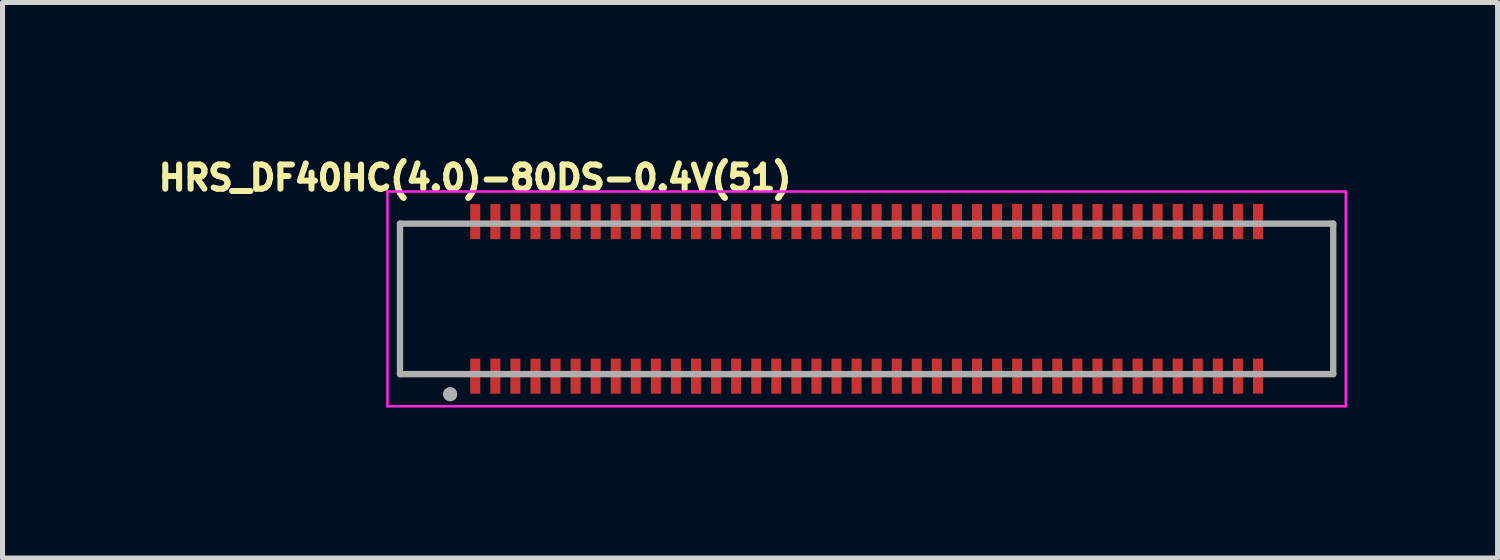
<source format=kicad_pcb>
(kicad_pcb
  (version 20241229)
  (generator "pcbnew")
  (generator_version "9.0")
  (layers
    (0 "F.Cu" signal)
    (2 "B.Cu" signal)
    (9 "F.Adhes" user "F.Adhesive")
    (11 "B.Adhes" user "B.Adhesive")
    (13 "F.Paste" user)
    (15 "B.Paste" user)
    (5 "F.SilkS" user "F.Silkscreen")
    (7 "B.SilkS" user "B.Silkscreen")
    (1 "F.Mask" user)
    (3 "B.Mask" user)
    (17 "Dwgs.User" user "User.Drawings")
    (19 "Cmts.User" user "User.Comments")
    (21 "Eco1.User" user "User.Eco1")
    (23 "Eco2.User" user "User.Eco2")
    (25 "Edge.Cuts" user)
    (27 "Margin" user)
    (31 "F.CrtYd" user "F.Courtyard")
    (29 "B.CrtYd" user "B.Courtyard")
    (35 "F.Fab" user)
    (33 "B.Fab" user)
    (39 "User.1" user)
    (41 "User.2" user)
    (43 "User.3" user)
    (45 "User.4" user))
  (footprint "HRS_DF40HC(4.0)-80DS-0.4V(51)"
    (layer "F.Cu")
    (at 14.222 2.907)
    (property "Reference" "HRS_DF40HC(4.0)-80DS-0.4V(51)" (at -7.804 -2.413 0) (layer "F.SilkS") (effects (font (size 0.482 0.482) (thickness 0.15))))
    (attr smd)
    (fp_line (start -9.55 -2.14) (end 9.55 -2.14) (stroke (width 0.05) (type solid)) (layer "F.CrtYd"))
    (fp_line (start -9.55 2.14) (end -9.55 -2.14) (stroke (width 0.05) (type solid)) (layer "F.CrtYd"))
    (fp_line (start 9.55 -2.14) (end 9.55 2.14) (stroke (width 0.05) (type solid)) (layer "F.CrtYd"))
    (fp_line (start 9.55 2.14) (end -9.55 2.14) (stroke (width 0.05) (type solid)) (layer "F.CrtYd"))
    (fp_line (start -9.3 -1.5) (end 9.3 -1.5) (stroke (width 0.127) (type solid)) (layer "F.Fab"))
    (fp_line (start -9.3 1.5) (end -9.3 -1.5) (stroke (width 0.127) (type solid)) (layer "F.Fab"))
    (fp_line (start 9.3 -1.5) (end 9.3 1.5) (stroke (width 0.127) (type solid)) (layer "F.Fab"))
    (fp_line (start 9.3 1.5) (end -9.3 1.5) (stroke (width 0.127) (type solid)) (layer "F.Fab"))
    (fp_circle (center -8.3 1.9) (end -8.23 1.9) (stroke (width 0.14) (type solid)) (fill no) (layer "F.Fab"))
    (fp_circle (center -8.3 1.9) (end -8.23 1.9) (stroke (width 0.14) (type solid)) (fill no) (layer "F.Fab"))
    (pad "1" smd rect (at -7.8 1.54) (size 0.2 0.7) (layers "F.Cu" "F.Mask" "F.Paste"))
    (pad "2" smd rect (at -7.8 -1.54 180) (size 0.2 0.7) (layers "F.Cu" "F.Mask" "F.Paste"))
    (pad "3" smd rect (at -7.4 1.54) (size 0.2 0.7) (layers "F.Cu" "F.Mask" "F.Paste"))
    (pad "4" smd rect (at -7.4 -1.54 180) (size 0.2 0.7) (layers "F.Cu" "F.Mask" "F.Paste"))
    (pad "5" smd rect (at -7 1.54) (size 0.2 0.7) (layers "F.Cu" "F.Mask" "F.Paste"))
    (pad "6" smd rect (at -7 -1.54 180) (size 0.2 0.7) (layers "F.Cu" "F.Mask" "F.Paste"))
    (pad "7" smd rect (at -6.6 1.54) (size 0.2 0.7) (layers "F.Cu" "F.Mask" "F.Paste"))
    (pad "8" smd rect (at -6.6 -1.54 180) (size 0.2 0.7) (layers "F.Cu" "F.Mask" "F.Paste"))
    (pad "9" smd rect (at -6.2 1.54) (size 0.2 0.7) (layers "F.Cu" "F.Mask" "F.Paste"))
    (pad "10" smd rect (at -6.2 -1.54 180) (size 0.2 0.7) (layers "F.Cu" "F.Mask" "F.Paste"))
    (pad "11" smd rect (at -5.8 1.54) (size 0.2 0.7) (layers "F.Cu" "F.Mask" "F.Paste"))
    (pad "12" smd rect (at -5.8 -1.54 180) (size 0.2 0.7) (layers "F.Cu" "F.Mask" "F.Paste"))
    (pad "13" smd rect (at -5.4 1.54) (size 0.2 0.7) (layers "F.Cu" "F.Mask" "F.Paste"))
    (pad "14" smd rect (at -5.4 -1.54 180) (size 0.2 0.7) (layers "F.Cu" "F.Mask" "F.Paste"))
    (pad "15" smd rect (at -5 1.54) (size 0.2 0.7) (layers "F.Cu" "F.Mask" "F.Paste"))
    (pad "16" smd rect (at -5 -1.54 180) (size 0.2 0.7) (layers "F.Cu" "F.Mask" "F.Paste"))
    (pad "17" smd rect (at -4.6 1.54) (size 0.2 0.7) (layers "F.Cu" "F.Mask" "F.Paste"))
    (pad "18" smd rect (at -4.6 -1.54 180) (size 0.2 0.7) (layers "F.Cu" "F.Mask" "F.Paste"))
    (pad "19" smd rect (at -4.2 1.54) (size 0.2 0.7) (layers "F.Cu" "F.Mask" "F.Paste"))
    (pad "20" smd rect (at -4.2 -1.54 180) (size 0.2 0.7) (layers "F.Cu" "F.Mask" "F.Paste"))
    (pad "21" smd rect (at -3.8 1.54) (size 0.2 0.7) (layers "F.Cu" "F.Mask" "F.Paste"))
    (pad "22" smd rect (at -3.8 -1.54 180) (size 0.2 0.7) (layers "F.Cu" "F.Mask" "F.Paste"))
    (pad "23" smd rect (at -3.4 1.54) (size 0.2 0.7) (layers "F.Cu" "F.Mask" "F.Paste"))
    (pad "24" smd rect (at -3.4 -1.54 180) (size 0.2 0.7) (layers "F.Cu" "F.Mask" "F.Paste"))
    (pad "25" smd rect (at -3 1.54) (size 0.2 0.7) (layers "F.Cu" "F.Mask" "F.Paste"))
    (pad "26" smd rect (at -3 -1.54 180) (size 0.2 0.7) (layers "F.Cu" "F.Mask" "F.Paste"))
    (pad "27" smd rect (at -2.6 1.54) (size 0.2 0.7) (layers "F.Cu" "F.Mask" "F.Paste"))
    (pad "28" smd rect (at -2.6 -1.54 180) (size 0.2 0.7) (layers "F.Cu" "F.Mask" "F.Paste"))
    (pad "29" smd rect (at -2.2 1.54) (size 0.2 0.7) (layers "F.Cu" "F.Mask" "F.Paste"))
    (pad "30" smd rect (at -2.2 -1.54 180) (size 0.2 0.7) (layers "F.Cu" "F.Mask" "F.Paste"))
    (pad "31" smd rect (at -1.8 1.54) (size 0.2 0.7) (layers "F.Cu" "F.Mask" "F.Paste"))
    (pad "32" smd rect (at -1.8 -1.54 180) (size 0.2 0.7) (layers "F.Cu" "F.Mask" "F.Paste"))
    (pad "33" smd rect (at -1.4 1.54) (size 0.2 0.7) (layers "F.Cu" "F.Mask" "F.Paste"))
    (pad "34" smd rect (at -1.4 -1.54 180) (size 0.2 0.7) (layers "F.Cu" "F.Mask" "F.Paste"))
    (pad "35" smd rect (at -1 1.54) (size 0.2 0.7) (layers "F.Cu" "F.Mask" "F.Paste"))
    (pad "36" smd rect (at -1 -1.54 180) (size 0.2 0.7) (layers "F.Cu" "F.Mask" "F.Paste"))
    (pad "37" smd rect (at -0.6 1.54) (size 0.2 0.7) (layers "F.Cu" "F.Mask" "F.Paste"))
    (pad "38" smd rect (at -0.6 -1.54 180) (size 0.2 0.7) (layers "F.Cu" "F.Mask" "F.Paste"))
    (pad "39" smd rect (at -0.2 1.54) (size 0.2 0.7) (layers "F.Cu" "F.Mask" "F.Paste"))
    (pad "40" smd rect (at -0.2 -1.54 180) (size 0.2 0.7) (layers "F.Cu" "F.Mask" "F.Paste"))
    (pad "41" smd rect (at 0.2 1.54) (size 0.2 0.7) (layers "F.Cu" "F.Mask" "F.Paste"))
    (pad "42" smd rect (at 0.2 -1.54 180) (size 0.2 0.7) (layers "F.Cu" "F.Mask" "F.Paste"))
    (pad "43" smd rect (at 0.6 1.54) (size 0.2 0.7) (layers "F.Cu" "F.Mask" "F.Paste"))
    (pad "44" smd rect (at 0.6 -1.54 180) (size 0.2 0.7) (layers "F.Cu" "F.Mask" "F.Paste"))
    (pad "45" smd rect (at 1 1.54) (size 0.2 0.7) (layers "F.Cu" "F.Mask" "F.Paste"))
    (pad "46" smd rect (at 1 -1.54 180) (size 0.2 0.7) (layers "F.Cu" "F.Mask" "F.Paste"))
    (pad "47" smd rect (at 1.4 1.54) (size 0.2 0.7) (layers "F.Cu" "F.Mask" "F.Paste"))
    (pad "48" smd rect (at 1.4 -1.54 180) (size 0.2 0.7) (layers "F.Cu" "F.Mask" "F.Paste"))
    (pad "49" smd rect (at 1.8 1.54) (size 0.2 0.7) (layers "F.Cu" "F.Mask" "F.Paste"))
    (pad "50" smd rect (at 1.8 -1.54 180) (size 0.2 0.7) (layers "F.Cu" "F.Mask" "F.Paste"))
    (pad "51" smd rect (at 2.2 1.54) (size 0.2 0.7) (layers "F.Cu" "F.Mask" "F.Paste"))
    (pad "52" smd rect (at 2.2 -1.54 180) (size 0.2 0.7) (layers "F.Cu" "F.Mask" "F.Paste"))
    (pad "53" smd rect (at 2.6 1.54) (size 0.2 0.7) (layers "F.Cu" "F.Mask" "F.Paste"))
    (pad "54" smd rect (at 2.6 -1.54 180) (size 0.2 0.7) (layers "F.Cu" "F.Mask" "F.Paste"))
    (pad "55" smd rect (at 3 1.54) (size 0.2 0.7) (layers "F.Cu" "F.Mask" "F.Paste"))
    (pad "56" smd rect (at 3 -1.54 180) (size 0.2 0.7) (layers "F.Cu" "F.Mask" "F.Paste"))
    (pad "57" smd rect (at 3.4 1.54) (size 0.2 0.7) (layers "F.Cu" "F.Mask" "F.Paste"))
    (pad "58" smd rect (at 3.4 -1.54 180) (size 0.2 0.7) (layers "F.Cu" "F.Mask" "F.Paste"))
    (pad "59" smd rect (at 3.8 1.54) (size 0.2 0.7) (layers "F.Cu" "F.Mask" "F.Paste"))
    (pad "60" smd rect (at 3.8 -1.54 180) (size 0.2 0.7) (layers "F.Cu" "F.Mask" "F.Paste"))
    (pad "61" smd rect (at 4.2 1.54) (size 0.2 0.7) (layers "F.Cu" "F.Mask" "F.Paste"))
    (pad "62" smd rect (at 4.2 -1.54 180) (size 0.2 0.7) (layers "F.Cu" "F.Mask" "F.Paste"))
    (pad "63" smd rect (at 4.6 1.54) (size 0.2 0.7) (layers "F.Cu" "F.Mask" "F.Paste"))
    (pad "64" smd rect (at 4.6 -1.54 180) (size 0.2 0.7) (layers "F.Cu" "F.Mask" "F.Paste"))
    (pad "65" smd rect (at 5 1.54) (size 0.2 0.7) (layers "F.Cu" "F.Mask" "F.Paste"))
    (pad "66" smd rect (at 5 -1.54 180) (size 0.2 0.7) (layers "F.Cu" "F.Mask" "F.Paste"))
    (pad "67" smd rect (at 5.4 1.54) (size 0.2 0.7) (layers "F.Cu" "F.Mask" "F.Paste"))
    (pad "68" smd rect (at 5.4 -1.54 180) (size 0.2 0.7) (layers "F.Cu" "F.Mask" "F.Paste"))
    (pad "69" smd rect (at 5.8 1.54) (size 0.2 0.7) (layers "F.Cu" "F.Mask" "F.Paste"))
    (pad "70" smd rect (at 5.8 -1.54 180) (size 0.2 0.7) (layers "F.Cu" "F.Mask" "F.Paste"))
    (pad "71" smd rect (at 6.2 1.54) (size 0.2 0.7) (layers "F.Cu" "F.Mask" "F.Paste"))
    (pad "72" smd rect (at 6.2 -1.54 180) (size 0.2 0.7) (layers "F.Cu" "F.Mask" "F.Paste"))
    (pad "73" smd rect (at 6.6 1.54) (size 0.2 0.7) (layers "F.Cu" "F.Mask" "F.Paste"))
    (pad "74" smd rect (at 6.6 -1.54 180) (size 0.2 0.7) (layers "F.Cu" "F.Mask" "F.Paste"))
    (pad "75" smd rect (at 7 1.54) (size 0.2 0.7) (layers "F.Cu" "F.Mask" "F.Paste"))
    (pad "76" smd rect (at 7 -1.54 180) (size 0.2 0.7) (layers "F.Cu" "F.Mask" "F.Paste"))
    (pad "77" smd rect (at 7.4 1.54) (size 0.2 0.7) (layers "F.Cu" "F.Mask" "F.Paste"))
    (pad "78" smd rect (at 7.4 -1.54 180) (size 0.2 0.7) (layers "F.Cu" "F.Mask" "F.Paste"))
    (pad "79" smd rect (at 7.8 1.54) (size 0.2 0.7) (layers "F.Cu" "F.Mask" "F.Paste"))
    (pad "80" smd rect (at 7.8 -1.54 180) (size 0.2 0.7) (layers "F.Cu" "F.Mask" "F.Paste"))
    (zone (net_name "") (layer "F.Cu") (hatch full 0.508) (connect_pads) (min_thickness 0) (filled_areas_thickness no) (keepout (tracks not_allowed) (vias not_allowed) (pads not_allowed) (copperpour not_allowed) (footprints allowed)) (placement (enabled no)) (fill) (polygon (pts (xy 6.322 1.717) (xy 6.522 1.717) (xy 6.522 2.447) (xy 6.322 2.447))))
    (zone (net_name "") (layer "F.Cu") (hatch full 0.508) (connect_pads) (min_thickness 0) (filled_areas_thickness no) (keepout (tracks not_allowed) (vias not_allowed) (pads not_allowed) (copperpour not_allowed) (footprints allowed)) (placement (enabled no)) (fill) (polygon (pts (xy 6.522 4.097) (xy 6.322 4.097) (xy 6.322 3.367) (xy 6.522 3.367))))
    (zone (net_name "") (layer "F.Cu") (hatch full 0.508) (connect_pads) (min_thickness 0) (filled_areas_thickness no) (keepout (tracks not_allowed) (vias not_allowed) (pads not_allowed) (copperpour not_allowed) (footprints allowed)) (placement (enabled no)) (fill) (polygon (pts (xy 6.722 1.717) (xy 6.922 1.717) (xy 6.922 2.447) (xy 6.722 2.447))))
    (zone (net_name "") (layer "F.Cu") (hatch full 0.508) (connect_pads) (min_thickness 0) (filled_areas_thickness no) (keepout (tracks not_allowed) (vias not_allowed) (pads not_allowed) (copperpour not_allowed) (footprints allowed)) (placement (enabled no)) (fill) (polygon (pts (xy 6.922 4.097) (xy 6.722 4.097) (xy 6.722 3.367) (xy 6.922 3.367))))
    (zone (net_name "") (layer "F.Cu") (hatch full 0.508) (connect_pads) (min_thickness 0) (filled_areas_thickness no) (keepout (tracks not_allowed) (vias not_allowed) (pads not_allowed) (copperpour not_allowed) (footprints allowed)) (placement (enabled no)) (fill) (polygon (pts (xy 7.122 1.717) (xy 7.322 1.717) (xy 7.322 2.447) (xy 7.122 2.447))))
    (zone (net_name "") (layer "F.Cu") (hatch full 0.508) (connect_pads) (min_thickness 0) (filled_areas_thickness no) (keepout (tracks not_allowed) (vias not_allowed) (pads not_allowed) (copperpour not_allowed) (footprints allowed)) (placement (enabled no)) (fill) (polygon (pts (xy 7.322 4.097) (xy 7.122 4.097) (xy 7.122 3.367) (xy 7.322 3.367))))
    (zone (net_name "") (layer "F.Cu") (hatch full 0.508) (connect_pads) (min_thickness 0) (filled_areas_thickness no) (keepout (tracks not_allowed) (vias not_allowed) (pads not_allowed) (copperpour not_allowed) (footprints allowed)) (placement (enabled no)) (fill) (polygon (pts (xy 7.522 1.717) (xy 7.722 1.717) (xy 7.722 2.447) (xy 7.522 2.447))))
    (zone (net_name "") (layer "F.Cu") (hatch full 0.508) (connect_pads) (min_thickness 0) (filled_areas_thickness no) (keepout (tracks not_allowed) (vias not_allowed) (pads not_allowed) (copperpour not_allowed) (footprints allowed)) (placement (enabled no)) (fill) (polygon (pts (xy 7.722 4.097) (xy 7.522 4.097) (xy 7.522 3.367) (xy 7.722 3.367))))
    (zone (net_name "") (layer "F.Cu") (hatch full 0.508) (connect_pads) (min_thickness 0) (filled_areas_thickness no) (keepout (tracks not_allowed) (vias not_allowed) (pads not_allowed) (copperpour not_allowed) (footprints allowed)) (placement (enabled no)) (fill) (polygon (pts (xy 7.922 1.717) (xy 8.122 1.717) (xy 8.122 2.447) (xy 7.922 2.447))))
    (zone (net_name "") (layer "F.Cu") (hatch full 0.508) (connect_pads) (min_thickness 0) (filled_areas_thickness no) (keepout (tracks not_allowed) (vias not_allowed) (pads not_allowed) (copperpour not_allowed) (footprints allowed)) (placement (enabled no)) (fill) (polygon (pts (xy 8.122 4.097) (xy 7.922 4.097) (xy 7.922 3.367) (xy 8.122 3.367))))
    (zone (net_name "") (layer "F.Cu") (hatch full 0.508) (connect_pads) (min_thickness 0) (filled_areas_thickness no) (keepout (tracks not_allowed) (vias not_allowed) (pads not_allowed) (copperpour not_allowed) (footprints allowed)) (placement (enabled no)) (fill) (polygon (pts (xy 8.322 1.717) (xy 8.522 1.717) (xy 8.522 2.447) (xy 8.322 2.447))))
    (zone (net_name "") (layer "F.Cu") (hatch full 0.508) (connect_pads) (min_thickness 0) (filled_areas_thickness no) (keepout (tracks not_allowed) (vias not_allowed) (pads not_allowed) (copperpour not_allowed) (footprints allowed)) (placement (enabled no)) (fill) (polygon (pts (xy 8.522 4.097) (xy 8.322 4.097) (xy 8.322 3.367) (xy 8.522 3.367))))
    (zone (net_name "") (layer "F.Cu") (hatch full 0.508) (connect_pads) (min_thickness 0) (filled_areas_thickness no) (keepout (tracks not_allowed) (vias not_allowed) (pads not_allowed) (copperpour not_allowed) (footprints allowed)) (placement (enabled no)) (fill) (polygon (pts (xy 8.722 1.717) (xy 8.922 1.717) (xy 8.922 2.447) (xy 8.722 2.447))))
    (zone (net_name "") (layer "F.Cu") (hatch full 0.508) (connect_pads) (min_thickness 0) (filled_areas_thickness no) (keepout (tracks not_allowed) (vias not_allowed) (pads not_allowed) (copperpour not_allowed) (footprints allowed)) (placement (enabled no)) (fill) (polygon (pts (xy 8.922 4.097) (xy 8.722 4.097) (xy 8.722 3.367) (xy 8.922 3.367))))
    (zone (net_name "") (layer "F.Cu") (hatch full 0.508) (connect_pads) (min_thickness 0) (filled_areas_thickness no) (keepout (tracks not_allowed) (vias not_allowed) (pads not_allowed) (copperpour not_allowed) (footprints allowed)) (placement (enabled no)) (fill) (polygon (pts (xy 9.122 1.717) (xy 9.322 1.717) (xy 9.322 2.447) (xy 9.122 2.447))))
    (zone (net_name "") (layer "F.Cu") (hatch full 0.508) (connect_pads) (min_thickness 0) (filled_areas_thickness no) (keepout (tracks not_allowed) (vias not_allowed) (pads not_allowed) (copperpour not_allowed) (footprints allowed)) (placement (enabled no)) (fill) (polygon (pts (xy 9.322 4.097) (xy 9.122 4.097) (xy 9.122 3.367) (xy 9.322 3.367))))
    (zone (net_name "") (layer "F.Cu") (hatch full 0.508) (connect_pads) (min_thickness 0) (filled_areas_thickness no) (keepout (tracks not_allowed) (vias not_allowed) (pads not_allowed) (copperpour not_allowed) (footprints allowed)) (placement (enabled no)) (fill) (polygon (pts (xy 9.522 1.717) (xy 9.722 1.717) (xy 9.722 2.447) (xy 9.522 2.447))))
    (zone (net_name "") (layer "F.Cu") (hatch full 0.508) (connect_pads) (min_thickness 0) (filled_areas_thickness no) (keepout (tracks not_allowed) (vias not_allowed) (pads not_allowed) (copperpour not_allowed) (footprints allowed)) (placement (enabled no)) (fill) (polygon (pts (xy 9.722 4.097) (xy 9.522 4.097) (xy 9.522 3.367) (xy 9.722 3.367))))
    (zone (net_name "") (layer "F.Cu") (hatch full 0.508) (connect_pads) (min_thickness 0) (filled_areas_thickness no) (keepout (tracks not_allowed) (vias not_allowed) (pads not_allowed) (copperpour not_allowed) (footprints allowed)) (placement (enabled no)) (fill) (polygon (pts (xy 9.922 1.717) (xy 10.122 1.717) (xy 10.122 2.447) (xy 9.922 2.447))))
    (zone (net_name "") (layer "F.Cu") (hatch full 0.508) (connect_pads) (min_thickness 0) (filled_areas_thickness no) (keepout (tracks not_allowed) (vias not_allowed) (pads not_allowed) (copperpour not_allowed) (footprints allowed)) (placement (enabled no)) (fill) (polygon (pts (xy 10.122 4.097) (xy 9.922 4.097) (xy 9.922 3.367) (xy 10.122 3.367))))
    (zone (net_name "") (layer "F.Cu") (hatch full 0.508) (connect_pads) (min_thickness 0) (filled_areas_thickness no) (keepout (tracks not_allowed) (vias not_allowed) (pads not_allowed) (copperpour not_allowed) (footprints allowed)) (placement (enabled no)) (fill) (polygon (pts (xy 10.322 1.717) (xy 10.522 1.717) (xy 10.522 2.447) (xy 10.322 2.447))))
    (zone (net_name "") (layer "F.Cu") (hatch full 0.508) (connect_pads) (min_thickness 0) (filled_areas_thickness no) (keepout (tracks not_allowed) (vias not_allowed) (pads not_allowed) (copperpour not_allowed) (footprints allowed)) (placement (enabled no)) (fill) (polygon (pts (xy 10.522 4.097) (xy 10.322 4.097) (xy 10.322 3.367) (xy 10.522 3.367))))
    (zone (net_name "") (layer "F.Cu") (hatch full 0.508) (connect_pads) (min_thickness 0) (filled_areas_thickness no) (keepout (tracks not_allowed) (vias not_allowed) (pads not_allowed) (copperpour not_allowed) (footprints allowed)) (placement (enabled no)) (fill) (polygon (pts (xy 10.722 1.717) (xy 10.922 1.717) (xy 10.922 2.447) (xy 10.722 2.447))))
    (zone (net_name "") (layer "F.Cu") (hatch full 0.508) (connect_pads) (min_thickness 0) (filled_areas_thickness no) (keepout (tracks not_allowed) (vias not_allowed) (pads not_allowed) (copperpour not_allowed) (footprints allowed)) (placement (enabled no)) (fill) (polygon (pts (xy 10.922 4.097) (xy 10.722 4.097) (xy 10.722 3.367) (xy 10.922 3.367))))
    (zone (net_name "") (layer "F.Cu") (hatch full 0.508) (connect_pads) (min_thickness 0) (filled_areas_thickness no) (keepout (tracks not_allowed) (vias not_allowed) (pads not_allowed) (copperpour not_allowed) (footprints allowed)) (placement (enabled no)) (fill) (polygon (pts (xy 11.122 1.717) (xy 11.322 1.717) (xy 11.322 2.447) (xy 11.122 2.447))))
    (zone (net_name "") (layer "F.Cu") (hatch full 0.508) (connect_pads) (min_thickness 0) (filled_areas_thickness no) (keepout (tracks not_allowed) (vias not_allowed) (pads not_allowed) (copperpour not_allowed) (footprints allowed)) (placement (enabled no)) (fill) (polygon (pts (xy 11.322 4.097) (xy 11.122 4.097) (xy 11.122 3.367) (xy 11.322 3.367))))
    (zone (net_name "") (layer "F.Cu") (hatch full 0.508) (connect_pads) (min_thickness 0) (filled_areas_thickness no) (keepout (tracks not_allowed) (vias not_allowed) (pads not_allowed) (copperpour not_allowed) (footprints allowed)) (placement (enabled no)) (fill) (polygon (pts (xy 11.522 1.717) (xy 11.722 1.717) (xy 11.722 2.447) (xy 11.522 2.447))))
    (zone (net_name "") (layer "F.Cu") (hatch full 0.508) (connect_pads) (min_thickness 0) (filled_areas_thickness no) (keepout (tracks not_allowed) (vias not_allowed) (pads not_allowed) (copperpour not_allowed) (footprints allowed)) (placement (enabled no)) (fill) (polygon (pts (xy 11.722 4.097) (xy 11.522 4.097) (xy 11.522 3.367) (xy 11.722 3.367))))
    (zone (net_name "") (layer "F.Cu") (hatch full 0.508) (connect_pads) (min_thickness 0) (filled_areas_thickness no) (keepout (tracks not_allowed) (vias not_allowed) (pads not_allowed) (copperpour not_allowed) (footprints allowed)) (placement (enabled no)) (fill) (polygon (pts (xy 11.922 1.717) (xy 12.122 1.717) (xy 12.122 2.447) (xy 11.922 2.447))))
    (zone (net_name "") (layer "F.Cu") (hatch full 0.508) (connect_pads) (min_thickness 0) (filled_areas_thickness no) (keepout (tracks not_allowed) (vias not_allowed) (pads not_allowed) (copperpour not_allowed) (footprints allowed)) (placement (enabled no)) (fill) (polygon (pts (xy 12.122 4.097) (xy 11.922 4.097) (xy 11.922 3.367) (xy 12.122 3.367))))
    (zone (net_name "") (layer "F.Cu") (hatch full 0.508) (connect_pads) (min_thickness 0) (filled_areas_thickness no) (keepout (tracks not_allowed) (vias not_allowed) (pads not_allowed) (copperpour not_allowed) (footprints allowed)) (placement (enabled no)) (fill) (polygon (pts (xy 12.322 1.717) (xy 12.522 1.717) (xy 12.522 2.447) (xy 12.322 2.447))))
    (zone (net_name "") (layer "F.Cu") (hatch full 0.508) (connect_pads) (min_thickness 0) (filled_areas_thickness no) (keepout (tracks not_allowed) (vias not_allowed) (pads not_allowed) (copperpour not_allowed) (footprints allowed)) (placement (enabled no)) (fill) (polygon (pts (xy 12.522 4.097) (xy 12.322 4.097) (xy 12.322 3.367) (xy 12.522 3.367))))
    (zone (net_name "") (layer "F.Cu") (hatch full 0.508) (connect_pads) (min_thickness 0) (filled_areas_thickness no) (keepout (tracks not_allowed) (vias not_allowed) (pads not_allowed) (copperpour not_allowed) (footprints allowed)) (placement (enabled no)) (fill) (polygon (pts (xy 12.722 1.717) (xy 12.922 1.717) (xy 12.922 2.447) (xy 12.722 2.447))))
    (zone (net_name "") (layer "F.Cu") (hatch full 0.508) (connect_pads) (min_thickness 0) (filled_areas_thickness no) (keepout (tracks not_allowed) (vias not_allowed) (pads not_allowed) (copperpour not_allowed) (footprints allowed)) (placement (enabled no)) (fill) (polygon (pts (xy 12.922 4.097) (xy 12.722 4.097) (xy 12.722 3.367) (xy 12.922 3.367))))
    (zone (net_name "") (layer "F.Cu") (hatch full 0.508) (connect_pads) (min_thickness 0) (filled_areas_thickness no) (keepout (tracks not_allowed) (vias not_allowed) (pads not_allowed) (copperpour not_allowed) (footprints allowed)) (placement (enabled no)) (fill) (polygon (pts (xy 13.122 1.717) (xy 13.322 1.717) (xy 13.322 2.447) (xy 13.122 2.447))))
    (zone (net_name "") (layer "F.Cu") (hatch full 0.508) (connect_pads) (min_thickness 0) (filled_areas_thickness no) (keepout (tracks not_allowed) (vias not_allowed) (pads not_allowed) (copperpour not_allowed) (footprints allowed)) (placement (enabled no)) (fill) (polygon (pts (xy 13.322 4.097) (xy 13.122 4.097) (xy 13.122 3.367) (xy 13.322 3.367))))
    (zone (net_name "") (layer "F.Cu") (hatch full 0.508) (connect_pads) (min_thickness 0) (filled_areas_thickness no) (keepout (tracks not_allowed) (vias not_allowed) (pads not_allowed) (copperpour not_allowed) (footprints allowed)) (placement (enabled no)) (fill) (polygon (pts (xy 13.522 1.717) (xy 13.722 1.717) (xy 13.722 2.447) (xy 13.522 2.447))))
    (zone (net_name "") (layer "F.Cu") (hatch full 0.508) (connect_pads) (min_thickness 0) (filled_areas_thickness no) (keepout (tracks not_allowed) (vias not_allowed) (pads not_allowed) (copperpour not_allowed) (footprints allowed)) (placement (enabled no)) (fill) (polygon (pts (xy 13.722 4.097) (xy 13.522 4.097) (xy 13.522 3.367) (xy 13.722 3.367))))
    (zone (net_name "") (layer "F.Cu") (hatch full 0.508) (connect_pads) (min_thickness 0) (filled_areas_thickness no) (keepout (tracks not_allowed) (vias not_allowed) (pads not_allowed) (copperpour not_allowed) (footprints allowed)) (placement (enabled no)) (fill) (polygon (pts (xy 13.922 1.717) (xy 14.122 1.717) (xy 14.122 2.447) (xy 13.922 2.447))))
    (zone (net_name "") (layer "F.Cu") (hatch full 0.508) (connect_pads) (min_thickness 0) (filled_areas_thickness no) (keepout (tracks not_allowed) (vias not_allowed) (pads not_allowed) (copperpour not_allowed) (footprints allowed)) (placement (enabled no)) (fill) (polygon (pts (xy 14.122 4.097) (xy 13.922 4.097) (xy 13.922 3.367) (xy 14.122 3.367))))
    (zone (net_name "") (layer "F.Cu") (hatch full 0.508) (connect_pads) (min_thickness 0) (filled_areas_thickness no) (keepout (tracks not_allowed) (vias not_allowed) (pads not_allowed) (copperpour not_allowed) (footprints allowed)) (placement (enabled no)) (fill) (polygon (pts (xy 14.322 1.717) (xy 14.522 1.717) (xy 14.522 2.447) (xy 14.322 2.447))))
    (zone (net_name "") (layer "F.Cu") (hatch full 0.508) (connect_pads) (min_thickness 0) (filled_areas_thickness no) (keepout (tracks not_allowed) (vias not_allowed) (pads not_allowed) (copperpour not_allowed) (footprints allowed)) (placement (enabled no)) (fill) (polygon (pts (xy 14.522 4.097) (xy 14.322 4.097) (xy 14.322 3.367) (xy 14.522 3.367))))
    (zone (net_name "") (layer "F.Cu") (hatch full 0.508) (connect_pads) (min_thickness 0) (filled_areas_thickness no) (keepout (tracks not_allowed) (vias not_allowed) (pads not_allowed) (copperpour not_allowed) (footprints allowed)) (placement (enabled no)) (fill) (polygon (pts (xy 14.722 1.717) (xy 14.922 1.717) (xy 14.922 2.447) (xy 14.722 2.447))))
    (zone (net_name "") (layer "F.Cu") (hatch full 0.508) (connect_pads) (min_thickness 0) (filled_areas_thickness no) (keepout (tracks not_allowed) (vias not_allowed) (pads not_allowed) (copperpour not_allowed) (footprints allowed)) (placement (enabled no)) (fill) (polygon (pts (xy 14.922 4.097) (xy 14.722 4.097) (xy 14.722 3.367) (xy 14.922 3.367))))
    (zone (net_name "") (layer "F.Cu") (hatch full 0.508) (connect_pads) (min_thickness 0) (filled_areas_thickness no) (keepout (tracks not_allowed) (vias not_allowed) (pads not_allowed) (copperpour not_allowed) (footprints allowed)) (placement (enabled no)) (fill) (polygon (pts (xy 15.122 1.717) (xy 15.322 1.717) (xy 15.322 2.447) (xy 15.122 2.447))))
    (zone (net_name "") (layer "F.Cu") (hatch full 0.508) (connect_pads) (min_thickness 0) (filled_areas_thickness no) (keepout (tracks not_allowed) (vias not_allowed) (pads not_allowed) (copperpour not_allowed) (footprints allowed)) (placement (enabled no)) (fill) (polygon (pts (xy 15.322 4.097) (xy 15.122 4.097) (xy 15.122 3.367) (xy 15.322 3.367))))
    (zone (net_name "") (layer "F.Cu") (hatch full 0.508) (connect_pads) (min_thickness 0) (filled_areas_thickness no) (keepout (tracks not_allowed) (vias not_allowed) (pads not_allowed) (copperpour not_allowed) (footprints allowed)) (placement (enabled no)) (fill) (polygon (pts (xy 15.522 1.717) (xy 15.722 1.717) (xy 15.722 2.447) (xy 15.522 2.447))))
    (zone (net_name "") (layer "F.Cu") (hatch full 0.508) (connect_pads) (min_thickness 0) (filled_areas_thickness no) (keepout (tracks not_allowed) (vias not_allowed) (pads not_allowed) (copperpour not_allowed) (footprints allowed)) (placement (enabled no)) (fill) (polygon (pts (xy 15.722 4.097) (xy 15.522 4.097) (xy 15.522 3.367) (xy 15.722 3.367))))
    (zone (net_name "") (layer "F.Cu") (hatch full 0.508) (connect_pads) (min_thickness 0) (filled_areas_thickness no) (keepout (tracks not_allowed) (vias not_allowed) (pads not_allowed) (copperpour not_allowed) (footprints allowed)) (placement (enabled no)) (fill) (polygon (pts (xy 15.922 1.717) (xy 16.122 1.717) (xy 16.122 2.447) (xy 15.922 2.447))))
    (zone (net_name "") (layer "F.Cu") (hatch full 0.508) (connect_pads) (min_thickness 0) (filled_areas_thickness no) (keepout (tracks not_allowed) (vias not_allowed) (pads not_allowed) (copperpour not_allowed) (footprints allowed)) (placement (enabled no)) (fill) (polygon (pts (xy 16.122 4.097) (xy 15.922 4.097) (xy 15.922 3.367) (xy 16.122 3.367))))
    (zone (net_name "") (layer "F.Cu") (hatch full 0.508) (connect_pads) (min_thickness 0) (filled_areas_thickness no) (keepout (tracks not_allowed) (vias not_allowed) (pads not_allowed) (copperpour not_allowed) (footprints allowed)) (placement (enabled no)) (fill) (polygon (pts (xy 16.322 1.717) (xy 16.522 1.717) (xy 16.522 2.447) (xy 16.322 2.447))))
    (zone (net_name "") (layer "F.Cu") (hatch full 0.508) (connect_pads) (min_thickness 0) (filled_areas_thickness no) (keepout (tracks not_allowed) (vias not_allowed) (pads not_allowed) (copperpour not_allowed) (footprints allowed)) (placement (enabled no)) (fill) (polygon (pts (xy 16.522 4.097) (xy 16.322 4.097) (xy 16.322 3.367) (xy 16.522 3.367))))
    (zone (net_name "") (layer "F.Cu") (hatch full 0.508) (connect_pads) (min_thickness 0) (filled_areas_thickness no) (keepout (tracks not_allowed) (vias not_allowed) (pads not_allowed) (copperpour not_allowed) (footprints allowed)) (placement (enabled no)) (fill) (polygon (pts (xy 16.722 1.717) (xy 16.922 1.717) (xy 16.922 2.447) (xy 16.722 2.447))))
    (zone (net_name "") (layer "F.Cu") (hatch full 0.508) (connect_pads) (min_thickness 0) (filled_areas_thickness no) (keepout (tracks not_allowed) (vias not_allowed) (pads not_allowed) (copperpour not_allowed) (footprints allowed)) (placement (enabled no)) (fill) (polygon (pts (xy 16.922 4.097) (xy 16.722 4.097) (xy 16.722 3.367) (xy 16.922 3.367))))
    (zone (net_name "") (layer "F.Cu") (hatch full 0.508) (connect_pads) (min_thickness 0) (filled_areas_thickness no) (keepout (tracks not_allowed) (vias not_allowed) (pads not_allowed) (copperpour not_allowed) (footprints allowed)) (placement (enabled no)) (fill) (polygon (pts (xy 17.122 1.717) (xy 17.322 1.717) (xy 17.322 2.447) (xy 17.122 2.447))))
    (zone (net_name "") (layer "F.Cu") (hatch full 0.508) (connect_pads) (min_thickness 0) (filled_areas_thickness no) (keepout (tracks not_allowed) (vias not_allowed) (pads not_allowed) (copperpour not_allowed) (footprints allowed)) (placement (enabled no)) (fill) (polygon (pts (xy 17.322 4.097) (xy 17.122 4.097) (xy 17.122 3.367) (xy 17.322 3.367))))
    (zone (net_name "") (layer "F.Cu") (hatch full 0.508) (connect_pads) (min_thickness 0) (filled_areas_thickness no) (keepout (tracks not_allowed) (vias not_allowed) (pads not_allowed) (copperpour not_allowed) (footprints allowed)) (placement (enabled no)) (fill) (polygon (pts (xy 17.522 1.717) (xy 17.722 1.717) (xy 17.722 2.447) (xy 17.522 2.447))))
    (zone (net_name "") (layer "F.Cu") (hatch full 0.508) (connect_pads) (min_thickness 0) (filled_areas_thickness no) (keepout (tracks not_allowed) (vias not_allowed) (pads not_allowed) (copperpour not_allowed) (footprints allowed)) (placement (enabled no)) (fill) (polygon (pts (xy 17.722 4.097) (xy 17.522 4.097) (xy 17.522 3.367) (xy 17.722 3.367))))
    (zone (net_name "") (layer "F.Cu") (hatch full 0.508) (connect_pads) (min_thickness 0) (filled_areas_thickness no) (keepout (tracks not_allowed) (vias not_allowed) (pads not_allowed) (copperpour not_allowed) (footprints allowed)) (placement (enabled no)) (fill) (polygon (pts (xy 17.922 1.717) (xy 18.122 1.717) (xy 18.122 2.447) (xy 17.922 2.447))))
    (zone (net_name "") (layer "F.Cu") (hatch full 0.508) (connect_pads) (min_thickness 0) (filled_areas_thickness no) (keepout (tracks not_allowed) (vias not_allowed) (pads not_allowed) (copperpour not_allowed) (footprints allowed)) (placement (enabled no)) (fill) (polygon (pts (xy 18.122 4.097) (xy 17.922 4.097) (xy 17.922 3.367) (xy 18.122 3.367))))
    (zone (net_name "") (layer "F.Cu") (hatch full 0.508) (connect_pads) (min_thickness 0) (filled_areas_thickness no) (keepout (tracks not_allowed) (vias not_allowed) (pads not_allowed) (copperpour not_allowed) (footprints allowed)) (placement (enabled no)) (fill) (polygon (pts (xy 18.322 1.717) (xy 18.522 1.717) (xy 18.522 2.447) (xy 18.322 2.447))))
    (zone (net_name "") (layer "F.Cu") (hatch full 0.508) (connect_pads) (min_thickness 0) (filled_areas_thickness no) (keepout (tracks not_allowed) (vias not_allowed) (pads not_allowed) (copperpour not_allowed) (footprints allowed)) (placement (enabled no)) (fill) (polygon (pts (xy 18.522 4.097) (xy 18.322 4.097) (xy 18.322 3.367) (xy 18.522 3.367))))
    (zone (net_name "") (layer "F.Cu") (hatch full 0.508) (connect_pads) (min_thickness 0) (filled_areas_thickness no) (keepout (tracks not_allowed) (vias not_allowed) (pads not_allowed) (copperpour not_allowed) (footprints allowed)) (placement (enabled no)) (fill) (polygon (pts (xy 18.722 1.717) (xy 18.922 1.717) (xy 18.922 2.447) (xy 18.722 2.447))))
    (zone (net_name "") (layer "F.Cu") (hatch full 0.508) (connect_pads) (min_thickness 0) (filled_areas_thickness no) (keepout (tracks not_allowed) (vias not_allowed) (pads not_allowed) (copperpour not_allowed) (footprints allowed)) (placement (enabled no)) (fill) (polygon (pts (xy 18.922 4.097) (xy 18.722 4.097) (xy 18.722 3.367) (xy 18.922 3.367))))
    (zone (net_name "") (layer "F.Cu") (hatch full 0.508) (connect_pads) (min_thickness 0) (filled_areas_thickness no) (keepout (tracks not_allowed) (vias not_allowed) (pads not_allowed) (copperpour not_allowed) (footprints allowed)) (placement (enabled no)) (fill) (polygon (pts (xy 19.122 1.717) (xy 19.322 1.717) (xy 19.322 2.447) (xy 19.122 2.447))))
    (zone (net_name "") (layer "F.Cu") (hatch full 0.508) (connect_pads) (min_thickness 0) (filled_areas_thickness no) (keepout (tracks not_allowed) (vias not_allowed) (pads not_allowed) (copperpour not_allowed) (footprints allowed)) (placement (enabled no)) (fill) (polygon (pts (xy 19.322 4.097) (xy 19.122 4.097) (xy 19.122 3.367) (xy 19.322 3.367))))
    (zone (net_name "") (layer "F.Cu") (hatch full 0.508) (connect_pads) (min_thickness 0) (filled_areas_thickness no) (keepout (tracks not_allowed) (vias not_allowed) (pads not_allowed) (copperpour not_allowed) (footprints allowed)) (placement (enabled no)) (fill) (polygon (pts (xy 19.522 1.717) (xy 19.722 1.717) (xy 19.722 2.447) (xy 19.522 2.447))))
    (zone (net_name "") (layer "F.Cu") (hatch full 0.508) (connect_pads) (min_thickness 0) (filled_areas_thickness no) (keepout (tracks not_allowed) (vias not_allowed) (pads not_allowed) (copperpour not_allowed) (footprints allowed)) (placement (enabled no)) (fill) (polygon (pts (xy 19.722 4.097) (xy 19.522 4.097) (xy 19.522 3.367) (xy 19.722 3.367))))
    (zone (net_name "") (layer "F.Cu") (hatch full 0.508) (connect_pads) (min_thickness 0) (filled_areas_thickness no) (keepout (tracks not_allowed) (vias not_allowed) (pads not_allowed) (copperpour not_allowed) (footprints allowed)) (placement (enabled no)) (fill) (polygon (pts (xy 19.922 1.717) (xy 20.122 1.717) (xy 20.122 2.447) (xy 19.922 2.447))))
    (zone (net_name "") (layer "F.Cu") (hatch full 0.508) (connect_pads) (min_thickness 0) (filled_areas_thickness no) (keepout (tracks not_allowed) (vias not_allowed) (pads not_allowed) (copperpour not_allowed) (footprints allowed)) (placement (enabled no)) (fill) (polygon (pts (xy 20.122 4.097) (xy 19.922 4.097) (xy 19.922 3.367) (xy 20.122 3.367))))
    (zone (net_name "") (layer "F.Cu") (hatch full 0.508) (connect_pads) (min_thickness 0) (filled_areas_thickness no) (keepout (tracks not_allowed) (vias not_allowed) (pads not_allowed) (copperpour not_allowed) (footprints allowed)) (placement (enabled no)) (fill) (polygon (pts (xy 20.322 1.717) (xy 20.522 1.717) (xy 20.522 2.447) (xy 20.322 2.447))))
    (zone (net_name "") (layer "F.Cu") (hatch full 0.508) (connect_pads) (min_thickness 0) (filled_areas_thickness no) (keepout (tracks not_allowed) (vias not_allowed) (pads not_allowed) (copperpour not_allowed) (footprints allowed)) (placement (enabled no)) (fill) (polygon (pts (xy 20.522 4.097) (xy 20.322 4.097) (xy 20.322 3.367) (xy 20.522 3.367))))
    (zone (net_name "") (layer "F.Cu") (hatch full 0.508) (connect_pads) (min_thickness 0) (filled_areas_thickness no) (keepout (tracks not_allowed) (vias not_allowed) (pads not_allowed) (copperpour not_allowed) (footprints allowed)) (placement (enabled no)) (fill) (polygon (pts (xy 20.722 1.717) (xy 20.922 1.717) (xy 20.922 2.447) (xy 20.722 2.447))))
    (zone (net_name "") (layer "F.Cu") (hatch full 0.508) (connect_pads) (min_thickness 0) (filled_areas_thickness no) (keepout (tracks not_allowed) (vias not_allowed) (pads not_allowed) (copperpour not_allowed) (footprints allowed)) (placement (enabled no)) (fill) (polygon (pts (xy 20.922 4.097) (xy 20.722 4.097) (xy 20.722 3.367) (xy 20.922 3.367))))
    (zone (net_name "") (layer "F.Cu") (hatch full 0.508) (connect_pads) (min_thickness 0) (filled_areas_thickness no) (keepout (tracks not_allowed) (vias not_allowed) (pads not_allowed) (copperpour not_allowed) (footprints allowed)) (placement (enabled no)) (fill) (polygon (pts (xy 21.122 1.717) (xy 21.322 1.717) (xy 21.322 2.447) (xy 21.122 2.447))))
    (zone (net_name "") (layer "F.Cu") (hatch full 0.508) (connect_pads) (min_thickness 0) (filled_areas_thickness no) (keepout (tracks not_allowed) (vias not_allowed) (pads not_allowed) (copperpour not_allowed) (footprints allowed)) (placement (enabled no)) (fill) (polygon (pts (xy 21.322 4.097) (xy 21.122 4.097) (xy 21.122 3.367) (xy 21.322 3.367))))
    (zone (net_name "") (layer "F.Cu") (hatch full 0.508) (connect_pads) (min_thickness 0) (filled_areas_thickness no) (keepout (tracks not_allowed) (vias not_allowed) (pads not_allowed) (copperpour not_allowed) (footprints allowed)) (placement (enabled no)) (fill) (polygon (pts (xy 21.522 1.717) (xy 21.722 1.717) (xy 21.722 2.447) (xy 21.522 2.447))))
    (zone (net_name "") (layer "F.Cu") (hatch full 0.508) (connect_pads) (min_thickness 0) (filled_areas_thickness no) (keepout (tracks not_allowed) (vias not_allowed) (pads not_allowed) (copperpour not_allowed) (footprints allowed)) (placement (enabled no)) (fill) (polygon (pts (xy 21.722 4.097) (xy 21.522 4.097) (xy 21.522 3.367) (xy 21.722 3.367))))
    (zone (net_name "") (layer "F.Cu") (hatch full 0.508) (connect_pads) (min_thickness 0) (filled_areas_thickness no) (keepout (tracks not_allowed) (vias not_allowed) (pads not_allowed) (copperpour not_allowed) (footprints allowed)) (placement (enabled no)) (fill) (polygon (pts (xy 21.922 1.717) (xy 22.122 1.717) (xy 22.122 2.447) (xy 21.922 2.447))))
    (zone (net_name "") (layer "F.Cu") (hatch full 0.508) (connect_pads) (min_thickness 0) (filled_areas_thickness no) (keepout (tracks not_allowed) (vias not_allowed) (pads not_allowed) (copperpour not_allowed) (footprints allowed)) (placement (enabled no)) (fill) (polygon (pts (xy 22.122 4.097) (xy 21.922 4.097) (xy 21.922 3.367) (xy 22.122 3.367))))
    (zone (net_name "") (layers "F.Cu" "B.Cu") (hatch full 0.508) (connect_pads) (min_thickness 0) (filled_areas_thickness no) (keepout (tracks allowed) (vias not_allowed) (pads allowed) (copperpour allowed) (footprints allowed)) (placement (enabled no)) (fill) (polygon (pts (xy 6.322 1.717) (xy 6.522 1.717) (xy 6.522 2.447) (xy 6.322 2.447))))
    (zone (net_name "") (layers "F.Cu" "B.Cu") (hatch full 0.508) (connect_pads) (min_thickness 0) (filled_areas_thickness no) (keepout (tracks allowed) (vias not_allowed) (pads allowed) (copperpour allowed) (footprints allowed)) (placement (enabled no)) (fill) (polygon (pts (xy 6.522 4.097) (xy 6.322 4.097) (xy 6.322 3.367) (xy 6.522 3.367))))
    (zone (net_name "") (layers "F.Cu" "B.Cu") (hatch full 0.508) (connect_pads) (min_thickness 0) (filled_areas_thickness no) (keepout (tracks allowed) (vias not_allowed) (pads allowed) (copperpour allowed) (footprints allowed)) (placement (enabled no)) (fill) (polygon (pts (xy 6.722 1.717) (xy 6.922 1.717) (xy 6.922 2.447) (xy 6.722 2.447))))
    (zone (net_name "") (layers "F.Cu" "B.Cu") (hatch full 0.508) (connect_pads) (min_thickness 0) (filled_areas_thickness no) (keepout (tracks allowed) (vias not_allowed) (pads allowed) (copperpour allowed) (footprints allowed)) (placement (enabled no)) (fill) (polygon (pts (xy 6.922 4.097) (xy 6.722 4.097) (xy 6.722 3.367) (xy 6.922 3.367))))
    (zone (net_name "") (layers "F.Cu" "B.Cu") (hatch full 0.508) (connect_pads) (min_thickness 0) (filled_areas_thickness no) (keepout (tracks allowed) (vias not_allowed) (pads allowed) (copperpour allowed) (footprints allowed)) (placement (enabled no)) (fill) (polygon (pts (xy 7.122 1.717) (xy 7.322 1.717) (xy 7.322 2.447) (xy 7.122 2.447))))
    (zone (net_name "") (layers "F.Cu" "B.Cu") (hatch full 0.508) (connect_pads) (min_thickness 0) (filled_areas_thickness no) (keepout (tracks allowed) (vias not_allowed) (pads allowed) (copperpour allowed) (footprints allowed)) (placement (enabled no)) (fill) (polygon (pts (xy 7.322 4.097) (xy 7.122 4.097) (xy 7.122 3.367) (xy 7.322 3.367))))
    (zone (net_name "") (layers "F.Cu" "B.Cu") (hatch full 0.508) (connect_pads) (min_thickness 0) (filled_areas_thickness no) (keepout (tracks allowed) (vias not_allowed) (pads allowed) (copperpour allowed) (footprints allowed)) (placement (enabled no)) (fill) (polygon (pts (xy 7.522 1.717) (xy 7.722 1.717) (xy 7.722 2.447) (xy 7.522 2.447))))
    (zone (net_name "") (layers "F.Cu" "B.Cu") (hatch full 0.508) (connect_pads) (min_thickness 0) (filled_areas_thickness no) (keepout (tracks allowed) (vias not_allowed) (pads allowed) (copperpour allowed) (footprints allowed)) (placement (enabled no)) (fill) (polygon (pts (xy 7.722 4.097) (xy 7.522 4.097) (xy 7.522 3.367) (xy 7.722 3.367))))
    (zone (net_name "") (layers "F.Cu" "B.Cu") (hatch full 0.508) (connect_pads) (min_thickness 0) (filled_areas_thickness no) (keepout (tracks allowed) (vias not_allowed) (pads allowed) (copperpour allowed) (footprints allowed)) (placement (enabled no)) (fill) (polygon (pts (xy 7.922 1.717) (xy 8.122 1.717) (xy 8.122 2.447) (xy 7.922 2.447))))
    (zone (net_name "") (layers "F.Cu" "B.Cu") (hatch full 0.508) (connect_pads) (min_thickness 0) (filled_areas_thickness no) (keepout (tracks allowed) (vias not_allowed) (pads allowed) (copperpour allowed) (footprints allowed)) (placement (enabled no)) (fill) (polygon (pts (xy 8.122 4.097) (xy 7.922 4.097) (xy 7.922 3.367) (xy 8.122 3.367))))
    (zone (net_name "") (layers "F.Cu" "B.Cu") (hatch full 0.508) (connect_pads) (min_thickness 0) (filled_areas_thickness no) (keepout (tracks allowed) (vias not_allowed) (pads allowed) (copperpour allowed) (footprints allowed)) (placement (enabled no)) (fill) (polygon (pts (xy 8.322 1.717) (xy 8.522 1.717) (xy 8.522 2.447) (xy 8.322 2.447))))
    (zone (net_name "") (layers "F.Cu" "B.Cu") (hatch full 0.508) (connect_pads) (min_thickness 0) (filled_areas_thickness no) (keepout (tracks allowed) (vias not_allowed) (pads allowed) (copperpour allowed) (footprints allowed)) (placement (enabled no)) (fill) (polygon (pts (xy 8.522 4.097) (xy 8.322 4.097) (xy 8.322 3.367) (xy 8.522 3.367))))
    (zone (net_name "") (layers "F.Cu" "B.Cu") (hatch full 0.508) (connect_pads) (min_thickness 0) (filled_areas_thickness no) (keepout (tracks allowed) (vias not_allowed) (pads allowed) (copperpour allowed) (footprints allowed)) (placement (enabled no)) (fill) (polygon (pts (xy 8.722 1.717) (xy 8.922 1.717) (xy 8.922 2.447) (xy 8.722 2.447))))
    (zone (net_name "") (layers "F.Cu" "B.Cu") (hatch full 0.508) (connect_pads) (min_thickness 0) (filled_areas_thickness no) (keepout (tracks allowed) (vias not_allowed) (pads allowed) (copperpour allowed) (footprints allowed)) (placement (enabled no)) (fill) (polygon (pts (xy 8.922 4.097) (xy 8.722 4.097) (xy 8.722 3.367) (xy 8.922 3.367))))
    (zone (net_name "") (layers "F.Cu" "B.Cu") (hatch full 0.508) (connect_pads) (min_thickness 0) (filled_areas_thickness no) (keepout (tracks allowed) (vias not_allowed) (pads allowed) (copperpour allowed) (footprints allowed)) (placement (enabled no)) (fill) (polygon (pts (xy 9.122 1.717) (xy 9.322 1.717) (xy 9.322 2.447) (xy 9.122 2.447))))
    (zone (net_name "") (layers "F.Cu" "B.Cu") (hatch full 0.508) (connect_pads) (min_thickness 0) (filled_areas_thickness no) (keepout (tracks allowed) (vias not_allowed) (pads allowed) (copperpour allowed) (footprints allowed)) (placement (enabled no)) (fill) (polygon (pts (xy 9.322 4.097) (xy 9.122 4.097) (xy 9.122 3.367) (xy 9.322 3.367))))
    (zone (net_name "") (layers "F.Cu" "B.Cu") (hatch full 0.508) (connect_pads) (min_thickness 0) (filled_areas_thickness no) (keepout (tracks allowed) (vias not_allowed) (pads allowed) (copperpour allowed) (footprints allowed)) (placement (enabled no)) (fill) (polygon (pts (xy 9.522 1.717) (xy 9.722 1.717) (xy 9.722 2.447) (xy 9.522 2.447))))
    (zone (net_name "") (layers "F.Cu" "B.Cu") (hatch full 0.508) (connect_pads) (min_thickness 0) (filled_areas_thickness no) (keepout (tracks allowed) (vias not_allowed) (pads allowed) (copperpour allowed) (footprints allowed)) (placement (enabled no)) (fill) (polygon (pts (xy 9.722 4.097) (xy 9.522 4.097) (xy 9.522 3.367) (xy 9.722 3.367))))
    (zone (net_name "") (layers "F.Cu" "B.Cu") (hatch full 0.508) (connect_pads) (min_thickness 0) (filled_areas_thickness no) (keepout (tracks allowed) (vias not_allowed) (pads allowed) (copperpour allowed) (footprints allowed)) (placement (enabled no)) (fill) (polygon (pts (xy 9.922 1.717) (xy 10.122 1.717) (xy 10.122 2.447) (xy 9.922 2.447))))
    (zone (net_name "") (layers "F.Cu" "B.Cu") (hatch full 0.508) (connect_pads) (min_thickness 0) (filled_areas_thickness no) (keepout (tracks allowed) (vias not_allowed) (pads allowed) (copperpour allowed) (footprints allowed)) (placement (enabled no)) (fill) (polygon (pts (xy 10.122 4.097) (xy 9.922 4.097) (xy 9.922 3.367) (xy 10.122 3.367))))
    (zone (net_name "") (layers "F.Cu" "B.Cu") (hatch full 0.508) (connect_pads) (min_thickness 0) (filled_areas_thickness no) (keepout (tracks allowed) (vias not_allowed) (pads allowed) (copperpour allowed) (footprints allowed)) (placement (enabled no)) (fill) (polygon (pts (xy 10.322 1.717) (xy 10.522 1.717) (xy 10.522 2.447) (xy 10.322 2.447))))
    (zone (net_name "") (layers "F.Cu" "B.Cu") (hatch full 0.508) (connect_pads) (min_thickness 0) (filled_areas_thickness no) (keepout (tracks allowed) (vias not_allowed) (pads allowed) (copperpour allowed) (footprints allowed)) (placement (enabled no)) (fill) (polygon (pts (xy 10.522 4.097) (xy 10.322 4.097) (xy 10.322 3.367) (xy 10.522 3.367))))
    (zone (net_name "") (layers "F.Cu" "B.Cu") (hatch full 0.508) (connect_pads) (min_thickness 0) (filled_areas_thickness no) (keepout (tracks allowed) (vias not_allowed) (pads allowed) (copperpour allowed) (footprints allowed)) (placement (enabled no)) (fill) (polygon (pts (xy 10.722 1.717) (xy 10.922 1.717) (xy 10.922 2.447) (xy 10.722 2.447))))
    (zone (net_name "") (layers "F.Cu" "B.Cu") (hatch full 0.508) (connect_pads) (min_thickness 0) (filled_areas_thickness no) (keepout (tracks allowed) (vias not_allowed) (pads allowed) (copperpour allowed) (footprints allowed)) (placement (enabled no)) (fill) (polygon (pts (xy 10.922 4.097) (xy 10.722 4.097) (xy 10.722 3.367) (xy 10.922 3.367))))
    (zone (net_name "") (layers "F.Cu" "B.Cu") (hatch full 0.508) (connect_pads) (min_thickness 0) (filled_areas_thickness no) (keepout (tracks allowed) (vias not_allowed) (pads allowed) (copperpour allowed) (footprints allowed)) (placement (enabled no)) (fill) (polygon (pts (xy 11.122 1.717) (xy 11.322 1.717) (xy 11.322 2.447) (xy 11.122 2.447))))
    (zone (net_name "") (layers "F.Cu" "B.Cu") (hatch full 0.508) (connect_pads) (min_thickness 0) (filled_areas_thickness no) (keepout (tracks allowed) (vias not_allowed) (pads allowed) (copperpour allowed) (footprints allowed)) (placement (enabled no)) (fill) (polygon (pts (xy 11.322 4.097) (xy 11.122 4.097) (xy 11.122 3.367) (xy 11.322 3.367))))
    (zone (net_name "") (layers "F.Cu" "B.Cu") (hatch full 0.508) (connect_pads) (min_thickness 0) (filled_areas_thickness no) (keepout (tracks allowed) (vias not_allowed) (pads allowed) (copperpour allowed) (footprints allowed)) (placement (enabled no)) (fill) (polygon (pts (xy 11.522 1.717) (xy 11.722 1.717) (xy 11.722 2.447) (xy 11.522 2.447))))
    (zone (net_name "") (layers "F.Cu" "B.Cu") (hatch full 0.508) (connect_pads) (min_thickness 0) (filled_areas_thickness no) (keepout (tracks allowed) (vias not_allowed) (pads allowed) (copperpour allowed) (footprints allowed)) (placement (enabled no)) (fill) (polygon (pts (xy 11.722 4.097) (xy 11.522 4.097) (xy 11.522 3.367) (xy 11.722 3.367))))
    (zone (net_name "") (layers "F.Cu" "B.Cu") (hatch full 0.508) (connect_pads) (min_thickness 0) (filled_areas_thickness no) (keepout (tracks allowed) (vias not_allowed) (pads allowed) (copperpour allowed) (footprints allowed)) (placement (enabled no)) (fill) (polygon (pts (xy 11.922 1.717) (xy 12.122 1.717) (xy 12.122 2.447) (xy 11.922 2.447))))
    (zone (net_name "") (layers "F.Cu" "B.Cu") (hatch full 0.508) (connect_pads) (min_thickness 0) (filled_areas_thickness no) (keepout (tracks allowed) (vias not_allowed) (pads allowed) (copperpour allowed) (footprints allowed)) (placement (enabled no)) (fill) (polygon (pts (xy 12.122 4.097) (xy 11.922 4.097) (xy 11.922 3.367) (xy 12.122 3.367))))
    (zone (net_name "") (layers "F.Cu" "B.Cu") (hatch full 0.508) (connect_pads) (min_thickness 0) (filled_areas_thickness no) (keepout (tracks allowed) (vias not_allowed) (pads allowed) (copperpour allowed) (footprints allowed)) (placement (enabled no)) (fill) (polygon (pts (xy 12.322 1.717) (xy 12.522 1.717) (xy 12.522 2.447) (xy 12.322 2.447))))
    (zone (net_name "") (layers "F.Cu" "B.Cu") (hatch full 0.508) (connect_pads) (min_thickness 0) (filled_areas_thickness no) (keepout (tracks allowed) (vias not_allowed) (pads allowed) (copperpour allowed) (footprints allowed)) (placement (enabled no)) (fill) (polygon (pts (xy 12.522 4.097) (xy 12.322 4.097) (xy 12.322 3.367) (xy 12.522 3.367))))
    (zone (net_name "") (layers "F.Cu" "B.Cu") (hatch full 0.508) (connect_pads) (min_thickness 0) (filled_areas_thickness no) (keepout (tracks allowed) (vias not_allowed) (pads allowed) (copperpour allowed) (footprints allowed)) (placement (enabled no)) (fill) (polygon (pts (xy 12.722 1.717) (xy 12.922 1.717) (xy 12.922 2.447) (xy 12.722 2.447))))
    (zone (net_name "") (layers "F.Cu" "B.Cu") (hatch full 0.508) (connect_pads) (min_thickness 0) (filled_areas_thickness no) (keepout (tracks allowed) (vias not_allowed) (pads allowed) (copperpour allowed) (footprints allowed)) (placement (enabled no)) (fill) (polygon (pts (xy 12.922 4.097) (xy 12.722 4.097) (xy 12.722 3.367) (xy 12.922 3.367))))
    (zone (net_name "") (layers "F.Cu" "B.Cu") (hatch full 0.508) (connect_pads) (min_thickness 0) (filled_areas_thickness no) (keepout (tracks allowed) (vias not_allowed) (pads allowed) (copperpour allowed) (footprints allowed)) (placement (enabled no)) (fill) (polygon (pts (xy 13.122 1.717) (xy 13.322 1.717) (xy 13.322 2.447) (xy 13.122 2.447))))
    (zone (net_name "") (layers "F.Cu" "B.Cu") (hatch full 0.508) (connect_pads) (min_thickness 0) (filled_areas_thickness no) (keepout (tracks allowed) (vias not_allowed) (pads allowed) (copperpour allowed) (footprints allowed)) (placement (enabled no)) (fill) (polygon (pts (xy 13.322 4.097) (xy 13.122 4.097) (xy 13.122 3.367) (xy 13.322 3.367))))
    (zone (net_name "") (layers "F.Cu" "B.Cu") (hatch full 0.508) (connect_pads) (min_thickness 0) (filled_areas_thickness no) (keepout (tracks allowed) (vias not_allowed) (pads allowed) (copperpour allowed) (footprints allowed)) (placement (enabled no)) (fill) (polygon (pts (xy 13.522 1.717) (xy 13.722 1.717) (xy 13.722 2.447) (xy 13.522 2.447))))
    (zone (net_name "") (layers "F.Cu" "B.Cu") (hatch full 0.508) (connect_pads) (min_thickness 0) (filled_areas_thickness no) (keepout (tracks allowed) (vias not_allowed) (pads allowed) (copperpour allowed) (footprints allowed)) (placement (enabled no)) (fill) (polygon (pts (xy 13.722 4.097) (xy 13.522 4.097) (xy 13.522 3.367) (xy 13.722 3.367))))
    (zone (net_name "") (layers "F.Cu" "B.Cu") (hatch full 0.508) (connect_pads) (min_thickness 0) (filled_areas_thickness no) (keepout (tracks allowed) (vias not_allowed) (pads allowed) (copperpour allowed) (footprints allowed)) (placement (enabled no)) (fill) (polygon (pts (xy 13.922 1.717) (xy 14.122 1.717) (xy 14.122 2.447) (xy 13.922 2.447))))
    (zone (net_name "") (layers "F.Cu" "B.Cu") (hatch full 0.508) (connect_pads) (min_thickness 0) (filled_areas_thickness no) (keepout (tracks allowed) (vias not_allowed) (pads allowed) (copperpour allowed) (footprints allowed)) (placement (enabled no)) (fill) (polygon (pts (xy 14.122 4.097) (xy 13.922 4.097) (xy 13.922 3.367) (xy 14.122 3.367))))
    (zone (net_name "") (layers "F.Cu" "B.Cu") (hatch full 0.508) (connect_pads) (min_thickness 0) (filled_areas_thickness no) (keepout (tracks allowed) (vias not_allowed) (pads allowed) (copperpour allowed) (footprints allowed)) (placement (enabled no)) (fill) (polygon (pts (xy 14.322 1.717) (xy 14.522 1.717) (xy 14.522 2.447) (xy 14.322 2.447))))
    (zone (net_name "") (layers "F.Cu" "B.Cu") (hatch full 0.508) (connect_pads) (min_thickness 0) (filled_areas_thickness no) (keepout (tracks allowed) (vias not_allowed) (pads allowed) (copperpour allowed) (footprints allowed)) (placement (enabled no)) (fill) (polygon (pts (xy 14.522 4.097) (xy 14.322 4.097) (xy 14.322 3.367) (xy 14.522 3.367))))
    (zone (net_name "") (layers "F.Cu" "B.Cu") (hatch full 0.508) (connect_pads) (min_thickness 0) (filled_areas_thickness no) (keepout (tracks allowed) (vias not_allowed) (pads allowed) (copperpour allowed) (footprints allowed)) (placement (enabled no)) (fill) (polygon (pts (xy 14.722 1.717) (xy 14.922 1.717) (xy 14.922 2.447) (xy 14.722 2.447))))
    (zone (net_name "") (layers "F.Cu" "B.Cu") (hatch full 0.508) (connect_pads) (min_thickness 0) (filled_areas_thickness no) (keepout (tracks allowed) (vias not_allowed) (pads allowed) (copperpour allowed) (footprints allowed)) (placement (enabled no)) (fill) (polygon (pts (xy 14.922 4.097) (xy 14.722 4.097) (xy 14.722 3.367) (xy 14.922 3.367))))
    (zone (net_name "") (layers "F.Cu" "B.Cu") (hatch full 0.508) (connect_pads) (min_thickness 0) (filled_areas_thickness no) (keepout (tracks allowed) (vias not_allowed) (pads allowed) (copperpour allowed) (footprints allowed)) (placement (enabled no)) (fill) (polygon (pts (xy 15.122 1.717) (xy 15.322 1.717) (xy 15.322 2.447) (xy 15.122 2.447))))
    (zone (net_name "") (layers "F.Cu" "B.Cu") (hatch full 0.508) (connect_pads) (min_thickness 0) (filled_areas_thickness no) (keepout (tracks allowed) (vias not_allowed) (pads allowed) (copperpour allowed) (footprints allowed)) (placement (enabled no)) (fill) (polygon (pts (xy 15.322 4.097) (xy 15.122 4.097) (xy 15.122 3.367) (xy 15.322 3.367))))
    (zone (net_name "") (layers "F.Cu" "B.Cu") (hatch full 0.508) (connect_pads) (min_thickness 0) (filled_areas_thickness no) (keepout (tracks allowed) (vias not_allowed) (pads allowed) (copperpour allowed) (footprints allowed)) (placement (enabled no)) (fill) (polygon (pts (xy 15.522 1.717) (xy 15.722 1.717) (xy 15.722 2.447) (xy 15.522 2.447))))
    (zone (net_name "") (layers "F.Cu" "B.Cu") (hatch full 0.508) (connect_pads) (min_thickness 0) (filled_areas_thickness no) (keepout (tracks allowed) (vias not_allowed) (pads allowed) (copperpour allowed) (footprints allowed)) (placement (enabled no)) (fill) (polygon (pts (xy 15.722 4.097) (xy 15.522 4.097) (xy 15.522 3.367) (xy 15.722 3.367))))
    (zone (net_name "") (layers "F.Cu" "B.Cu") (hatch full 0.508) (connect_pads) (min_thickness 0) (filled_areas_thickness no) (keepout (tracks allowed) (vias not_allowed) (pads allowed) (copperpour allowed) (footprints allowed)) (placement (enabled no)) (fill) (polygon (pts (xy 15.922 1.717) (xy 16.122 1.717) (xy 16.122 2.447) (xy 15.922 2.447))))
    (zone (net_name "") (layers "F.Cu" "B.Cu") (hatch full 0.508) (connect_pads) (min_thickness 0) (filled_areas_thickness no) (keepout (tracks allowed) (vias not_allowed) (pads allowed) (copperpour allowed) (footprints allowed)) (placement (enabled no)) (fill) (polygon (pts (xy 16.122 4.097) (xy 15.922 4.097) (xy 15.922 3.367) (xy 16.122 3.367))))
    (zone (net_name "") (layers "F.Cu" "B.Cu") (hatch full 0.508) (connect_pads) (min_thickness 0) (filled_areas_thickness no) (keepout (tracks allowed) (vias not_allowed) (pads allowed) (copperpour allowed) (footprints allowed)) (placement (enabled no)) (fill) (polygon (pts (xy 16.322 1.717) (xy 16.522 1.717) (xy 16.522 2.447) (xy 16.322 2.447))))
    (zone (net_name "") (layers "F.Cu" "B.Cu") (hatch full 0.508) (connect_pads) (min_thickness 0) (filled_areas_thickness no) (keepout (tracks allowed) (vias not_allowed) (pads allowed) (copperpour allowed) (footprints allowed)) (placement (enabled no)) (fill) (polygon (pts (xy 16.522 4.097) (xy 16.322 4.097) (xy 16.322 3.367) (xy 16.522 3.367))))
    (zone (net_name "") (layers "F.Cu" "B.Cu") (hatch full 0.508) (connect_pads) (min_thickness 0) (filled_areas_thickness no) (keepout (tracks allowed) (vias not_allowed) (pads allowed) (copperpour allowed) (footprints allowed)) (placement (enabled no)) (fill) (polygon (pts (xy 16.722 1.717) (xy 16.922 1.717) (xy 16.922 2.447) (xy 16.722 2.447))))
    (zone (net_name "") (layers "F.Cu" "B.Cu") (hatch full 0.508) (connect_pads) (min_thickness 0) (filled_areas_thickness no) (keepout (tracks allowed) (vias not_allowed) (pads allowed) (copperpour allowed) (footprints allowed)) (placement (enabled no)) (fill) (polygon (pts (xy 16.922 4.097) (xy 16.722 4.097) (xy 16.722 3.367) (xy 16.922 3.367))))
    (zone (net_name "") (layers "F.Cu" "B.Cu") (hatch full 0.508) (connect_pads) (min_thickness 0) (filled_areas_thickness no) (keepout (tracks allowed) (vias not_allowed) (pads allowed) (copperpour allowed) (footprints allowed)) (placement (enabled no)) (fill) (polygon (pts (xy 17.122 1.717) (xy 17.322 1.717) (xy 17.322 2.447) (xy 17.122 2.447))))
    (zone (net_name "") (layers "F.Cu" "B.Cu") (hatch full 0.508) (connect_pads) (min_thickness 0) (filled_areas_thickness no) (keepout (tracks allowed) (vias not_allowed) (pads allowed) (copperpour allowed) (footprints allowed)) (placement (enabled no)) (fill) (polygon (pts (xy 17.322 4.097) (xy 17.122 4.097) (xy 17.122 3.367) (xy 17.322 3.367))))
    (zone (net_name "") (layers "F.Cu" "B.Cu") (hatch full 0.508) (connect_pads) (min_thickness 0) (filled_areas_thickness no) (keepout (tracks allowed) (vias not_allowed) (pads allowed) (copperpour allowed) (footprints allowed)) (placement (enabled no)) (fill) (polygon (pts (xy 17.522 1.717) (xy 17.722 1.717) (xy 17.722 2.447) (xy 17.522 2.447))))
    (zone (net_name "") (layers "F.Cu" "B.Cu") (hatch full 0.508) (connect_pads) (min_thickness 0) (filled_areas_thickness no) (keepout (tracks allowed) (vias not_allowed) (pads allowed) (copperpour allowed) (footprints allowed)) (placement (enabled no)) (fill) (polygon (pts (xy 17.722 4.097) (xy 17.522 4.097) (xy 17.522 3.367) (xy 17.722 3.367))))
    (zone (net_name "") (layers "F.Cu" "B.Cu") (hatch full 0.508) (connect_pads) (min_thickness 0) (filled_areas_thickness no) (keepout (tracks allowed) (vias not_allowed) (pads allowed) (copperpour allowed) (footprints allowed)) (placement (enabled no)) (fill) (polygon (pts (xy 17.922 1.717) (xy 18.122 1.717) (xy 18.122 2.447) (xy 17.922 2.447))))
    (zone (net_name "") (layers "F.Cu" "B.Cu") (hatch full 0.508) (connect_pads) (min_thickness 0) (filled_areas_thickness no) (keepout (tracks allowed) (vias not_allowed) (pads allowed) (copperpour allowed) (footprints allowed)) (placement (enabled no)) (fill) (polygon (pts (xy 18.122 4.097) (xy 17.922 4.097) (xy 17.922 3.367) (xy 18.122 3.367))))
    (zone (net_name "") (layers "F.Cu" "B.Cu") (hatch full 0.508) (connect_pads) (min_thickness 0) (filled_areas_thickness no) (keepout (tracks allowed) (vias not_allowed) (pads allowed) (copperpour allowed) (footprints allowed)) (placement (enabled no)) (fill) (polygon (pts (xy 18.322 1.717) (xy 18.522 1.717) (xy 18.522 2.447) (xy 18.322 2.447))))
    (zone (net_name "") (layers "F.Cu" "B.Cu") (hatch full 0.508) (connect_pads) (min_thickness 0) (filled_areas_thickness no) (keepout (tracks allowed) (vias not_allowed) (pads allowed) (copperpour allowed) (footprints allowed)) (placement (enabled no)) (fill) (polygon (pts (xy 18.522 4.097) (xy 18.322 4.097) (xy 18.322 3.367) (xy 18.522 3.367))))
    (zone (net_name "") (layers "F.Cu" "B.Cu") (hatch full 0.508) (connect_pads) (min_thickness 0) (filled_areas_thickness no) (keepout (tracks allowed) (vias not_allowed) (pads allowed) (copperpour allowed) (footprints allowed)) (placement (enabled no)) (fill) (polygon (pts (xy 18.722 1.717) (xy 18.922 1.717) (xy 18.922 2.447) (xy 18.722 2.447))))
    (zone (net_name "") (layers "F.Cu" "B.Cu") (hatch full 0.508) (connect_pads) (min_thickness 0) (filled_areas_thickness no) (keepout (tracks allowed) (vias not_allowed) (pads allowed) (copperpour allowed) (footprints allowed)) (placement (enabled no)) (fill) (polygon (pts (xy 18.922 4.097) (xy 18.722 4.097) (xy 18.722 3.367) (xy 18.922 3.367))))
    (zone (net_name "") (layers "F.Cu" "B.Cu") (hatch full 0.508) (connect_pads) (min_thickness 0) (filled_areas_thickness no) (keepout (tracks allowed) (vias not_allowed) (pads allowed) (copperpour allowed) (footprints allowed)) (placement (enabled no)) (fill) (polygon (pts (xy 19.122 1.717) (xy 19.322 1.717) (xy 19.322 2.447) (xy 19.122 2.447))))
    (zone (net_name "") (layers "F.Cu" "B.Cu") (hatch full 0.508) (connect_pads) (min_thickness 0) (filled_areas_thickness no) (keepout (tracks allowed) (vias not_allowed) (pads allowed) (copperpour allowed) (footprints allowed)) (placement (enabled no)) (fill) (polygon (pts (xy 19.322 4.097) (xy 19.122 4.097) (xy 19.122 3.367) (xy 19.322 3.367))))
    (zone (net_name "") (layers "F.Cu" "B.Cu") (hatch full 0.508) (connect_pads) (min_thickness 0) (filled_areas_thickness no) (keepout (tracks allowed) (vias not_allowed) (pads allowed) (copperpour allowed) (footprints allowed)) (placement (enabled no)) (fill) (polygon (pts (xy 19.522 1.717) (xy 19.722 1.717) (xy 19.722 2.447) (xy 19.522 2.447))))
    (zone (net_name "") (layers "F.Cu" "B.Cu") (hatch full 0.508) (connect_pads) (min_thickness 0) (filled_areas_thickness no) (keepout (tracks allowed) (vias not_allowed) (pads allowed) (copperpour allowed) (footprints allowed)) (placement (enabled no)) (fill) (polygon (pts (xy 19.722 4.097) (xy 19.522 4.097) (xy 19.522 3.367) (xy 19.722 3.367))))
    (zone (net_name "") (layers "F.Cu" "B.Cu") (hatch full 0.508) (connect_pads) (min_thickness 0) (filled_areas_thickness no) (keepout (tracks allowed) (vias not_allowed) (pads allowed) (copperpour allowed) (footprints allowed)) (placement (enabled no)) (fill) (polygon (pts (xy 19.922 1.717) (xy 20.122 1.717) (xy 20.122 2.447) (xy 19.922 2.447))))
    (zone (net_name "") (layers "F.Cu" "B.Cu") (hatch full 0.508) (connect_pads) (min_thickness 0) (filled_areas_thickness no) (keepout (tracks allowed) (vias not_allowed) (pads allowed) (copperpour allowed) (footprints allowed)) (placement (enabled no)) (fill) (polygon (pts (xy 20.122 4.097) (xy 19.922 4.097) (xy 19.922 3.367) (xy 20.122 3.367))))
    (zone (net_name "") (layers "F.Cu" "B.Cu") (hatch full 0.508) (connect_pads) (min_thickness 0) (filled_areas_thickness no) (keepout (tracks allowed) (vias not_allowed) (pads allowed) (copperpour allowed) (footprints allowed)) (placement (enabled no)) (fill) (polygon (pts (xy 20.322 1.717) (xy 20.522 1.717) (xy 20.522 2.447) (xy 20.322 2.447))))
    (zone (net_name "") (layers "F.Cu" "B.Cu") (hatch full 0.508) (connect_pads) (min_thickness 0) (filled_areas_thickness no) (keepout (tracks allowed) (vias not_allowed) (pads allowed) (copperpour allowed) (footprints allowed)) (placement (enabled no)) (fill) (polygon (pts (xy 20.522 4.097) (xy 20.322 4.097) (xy 20.322 3.367) (xy 20.522 3.367))))
    (zone (net_name "") (layers "F.Cu" "B.Cu") (hatch full 0.508) (connect_pads) (min_thickness 0) (filled_areas_thickness no) (keepout (tracks allowed) (vias not_allowed) (pads allowed) (copperpour allowed) (footprints allowed)) (placement (enabled no)) (fill) (polygon (pts (xy 20.722 1.717) (xy 20.922 1.717) (xy 20.922 2.447) (xy 20.722 2.447))))
    (zone (net_name "") (layers "F.Cu" "B.Cu") (hatch full 0.508) (connect_pads) (min_thickness 0) (filled_areas_thickness no) (keepout (tracks allowed) (vias not_allowed) (pads allowed) (copperpour allowed) (footprints allowed)) (placement (enabled no)) (fill) (polygon (pts (xy 20.922 4.097) (xy 20.722 4.097) (xy 20.722 3.367) (xy 20.922 3.367))))
    (zone (net_name "") (layers "F.Cu" "B.Cu") (hatch full 0.508) (connect_pads) (min_thickness 0) (filled_areas_thickness no) (keepout (tracks allowed) (vias not_allowed) (pads allowed) (copperpour allowed) (footprints allowed)) (placement (enabled no)) (fill) (polygon (pts (xy 21.122 1.717) (xy 21.322 1.717) (xy 21.322 2.447) (xy 21.122 2.447))))
    (zone (net_name "") (layers "F.Cu" "B.Cu") (hatch full 0.508) (connect_pads) (min_thickness 0) (filled_areas_thickness no) (keepout (tracks allowed) (vias not_allowed) (pads allowed) (copperpour allowed) (footprints allowed)) (placement (enabled no)) (fill) (polygon (pts (xy 21.322 4.097) (xy 21.122 4.097) (xy 21.122 3.367) (xy 21.322 3.367))))
    (zone (net_name "") (layers "F.Cu" "B.Cu") (hatch full 0.508) (connect_pads) (min_thickness 0) (filled_areas_thickness no) (keepout (tracks allowed) (vias not_allowed) (pads allowed) (copperpour allowed) (footprints allowed)) (placement (enabled no)) (fill) (polygon (pts (xy 21.522 1.717) (xy 21.722 1.717) (xy 21.722 2.447) (xy 21.522 2.447))))
    (zone (net_name "") (layers "F.Cu" "B.Cu") (hatch full 0.508) (connect_pads) (min_thickness 0) (filled_areas_thickness no) (keepout (tracks allowed) (vias not_allowed) (pads allowed) (copperpour allowed) (footprints allowed)) (placement (enabled no)) (fill) (polygon (pts (xy 21.722 4.097) (xy 21.522 4.097) (xy 21.522 3.367) (xy 21.722 3.367))))
    (zone (net_name "") (layers "F.Cu" "B.Cu") (hatch full 0.508) (connect_pads) (min_thickness 0) (filled_areas_thickness no) (keepout (tracks allowed) (vias not_allowed) (pads allowed) (copperpour allowed) (footprints allowed)) (placement (enabled no)) (fill) (polygon (pts (xy 21.922 1.717) (xy 22.122 1.717) (xy 22.122 2.447) (xy 21.922 2.447))))
    (zone (net_name "") (layers "F.Cu" "B.Cu") (hatch full 0.508) (connect_pads) (min_thickness 0) (filled_areas_thickness no) (keepout (tracks allowed) (vias not_allowed) (pads allowed) (copperpour allowed) (footprints allowed)) (placement (enabled no)) (fill) (polygon (pts (xy 22.122 4.097) (xy 21.922 4.097) (xy 21.922 3.367) (xy 22.122 3.367)))))
  (gr_rect
    (start -3 -3)
    (end 26.797 8.072)
    (stroke (width 0.1) (type default))
    (fill no)
    (layer "Edge.Cuts")))
</source>
